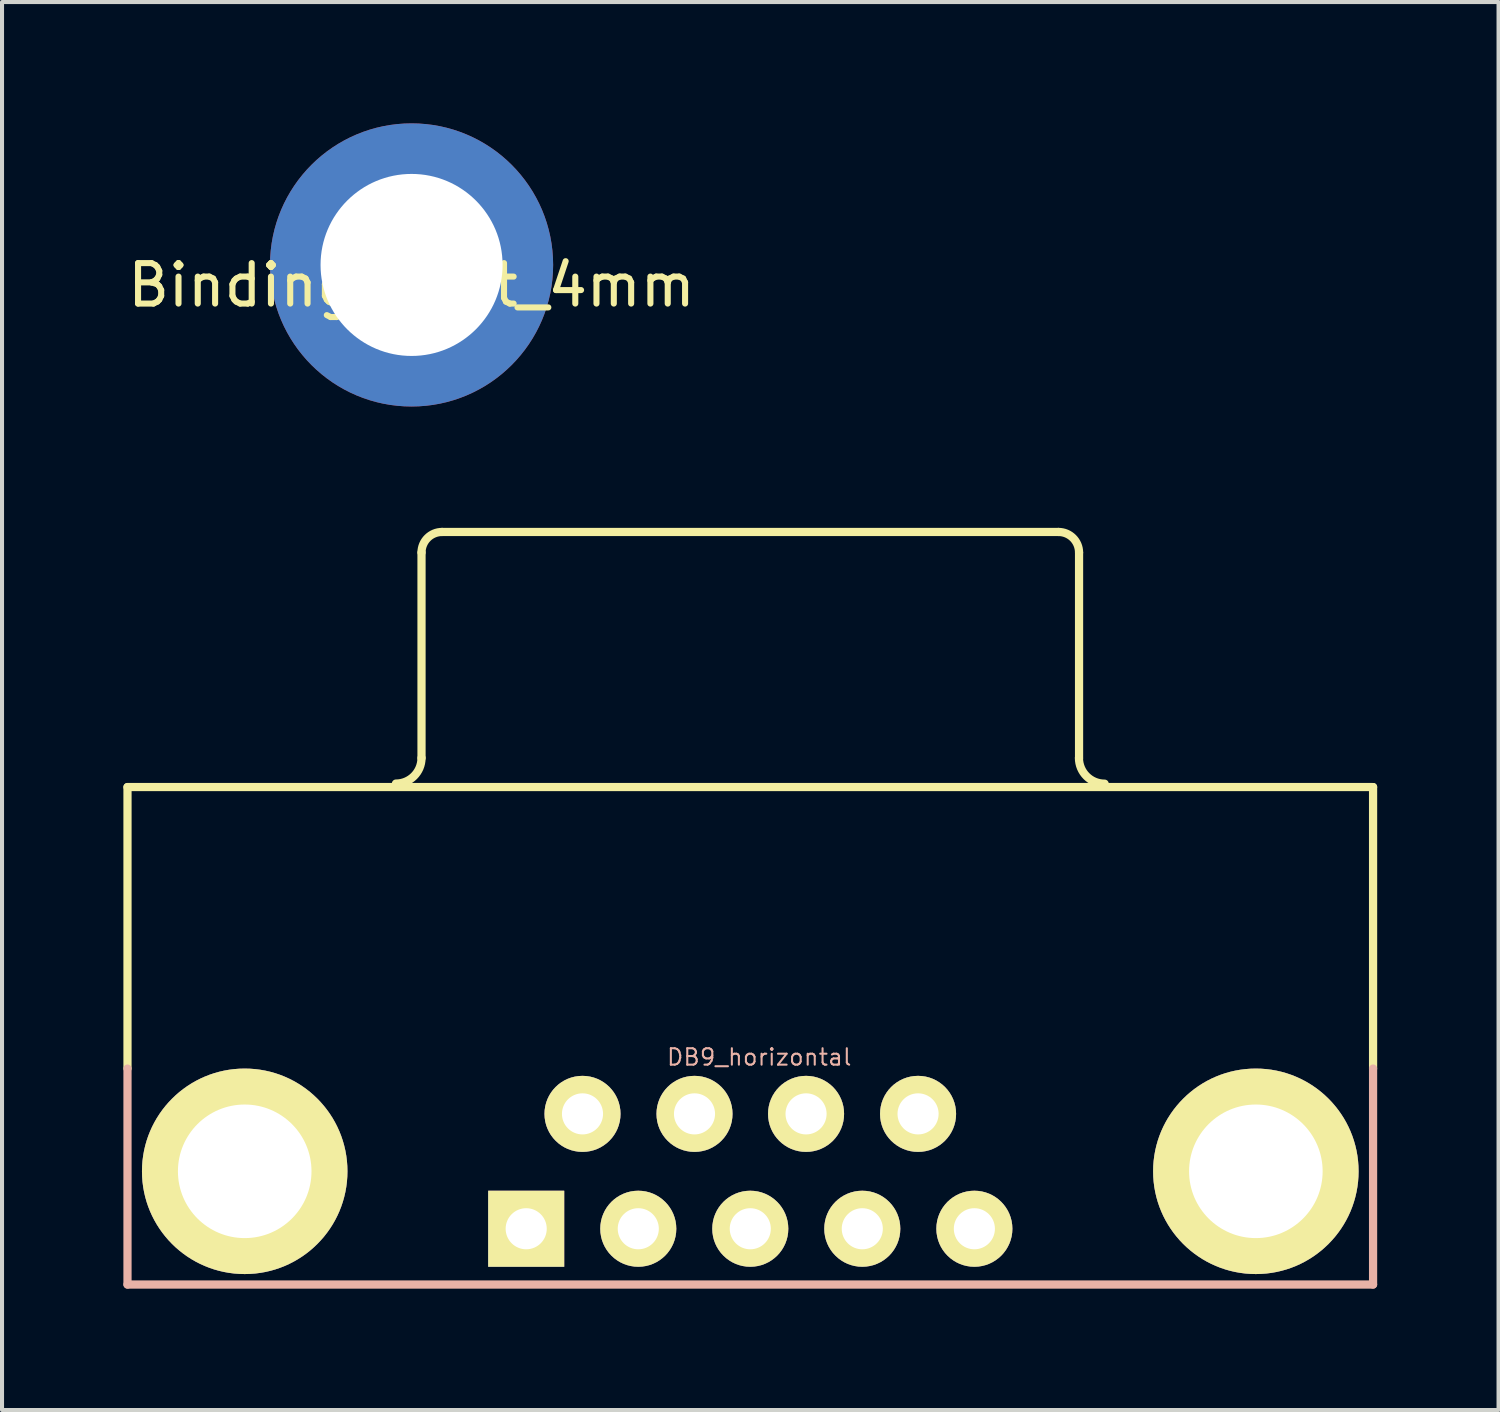
<source format=kicad_pcb>
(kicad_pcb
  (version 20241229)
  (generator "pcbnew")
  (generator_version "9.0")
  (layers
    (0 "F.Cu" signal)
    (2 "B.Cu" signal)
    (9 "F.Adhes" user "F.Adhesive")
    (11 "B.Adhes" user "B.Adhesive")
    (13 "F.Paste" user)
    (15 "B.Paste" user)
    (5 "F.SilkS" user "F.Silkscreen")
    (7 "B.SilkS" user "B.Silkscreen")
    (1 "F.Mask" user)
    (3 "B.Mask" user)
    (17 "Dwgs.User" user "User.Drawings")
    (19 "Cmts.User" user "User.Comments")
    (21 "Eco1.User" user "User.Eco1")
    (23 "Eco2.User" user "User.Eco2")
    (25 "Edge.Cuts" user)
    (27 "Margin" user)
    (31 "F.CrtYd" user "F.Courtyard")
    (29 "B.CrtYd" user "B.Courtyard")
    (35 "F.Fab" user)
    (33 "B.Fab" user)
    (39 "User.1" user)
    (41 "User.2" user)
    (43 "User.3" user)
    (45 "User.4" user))
  (footprint "DB9_horizontal"
    (layer "F.Cu")
    (at 15.499 25.908)
    (property "Reference" "DB9_horizontal" (at 0.221 -2.822 0) (layer "B.SilkS") (effects (font (size 0.406 0.406) (thickness 0.051))))
    (attr exclude_from_pos_files exclude_from_bom)
    (fp_line (start -15.397 -9.5) (end 15.397 -9.5) (stroke (width 0.203) (type solid)) (layer "F.SilkS"))
    (fp_line (start -15.397 -2.543) (end -15.397 -9.5) (stroke (width 0.203) (type solid)) (layer "F.SilkS"))
    (fp_line (start -8.128 -10.218) (end -8.128 -15.298) (stroke (width 0.203) (type solid)) (layer "F.SilkS"))
    (fp_line (start -7.62 -15.806) (end 7.62 -15.806) (stroke (width 0.203) (type solid)) (layer "F.SilkS"))
    (fp_line (start 8.128 -10.218) (end 8.128 -15.298) (stroke (width 0.203) (type solid)) (layer "F.SilkS"))
    (fp_line (start 15.397 -2.54) (end 15.397 -9.5) (stroke (width 0.203) (type solid)) (layer "F.SilkS"))
    (fp_arc (start -8.128 -15.29842) (mid -7.97921 -15.65763) (end -7.62 -15.80642) (stroke (width 0.2032) (type solid)) (layer "F.SilkS"))
    (fp_arc (start -8.128 -10.21842) (mid -8.313243 -9.771203) (end -8.76046 -9.58596) (stroke (width 0.2032) (type solid)) (layer "F.SilkS"))
    (fp_arc (start 7.62 -15.80642) (mid 7.97921 -15.65763) (end 8.128 -15.29842) (stroke (width 0.2032) (type solid)) (layer "F.SilkS"))
    (fp_arc (start 8.76046 -9.58342) (mid 8.311447 -9.769407) (end 8.12546 -10.21842) (stroke (width 0.2032) (type solid)) (layer "F.SilkS"))
    (fp_line (start -15.397 2.799) (end -15.397 -2.54) (stroke (width 0.203) (type solid)) (layer "B.SilkS"))
    (fp_line (start -15.397 2.799) (end 15.397 2.799) (stroke (width 0.203) (type solid)) (layer "B.SilkS"))
    (fp_line (start 15.397 2.799) (end 15.397 -2.54) (stroke (width 0.203) (type solid)) (layer "B.SilkS"))
    (pad "1" thru_hole rect (at -5.54 1.42) (size 1.88 1.88) (drill 1.016) (layers "*.Cu" "F.Mask" "F.SilkS" "F.Paste"))
    (pad "2" thru_hole circle (at -2.769 1.42) (size 1.88 1.88) (drill 1.016) (layers "*.Cu" "F.Mask" "F.SilkS" "F.Paste"))
    (pad "3" thru_hole circle (at 0 1.42) (size 1.88 1.88) (drill 1.016) (layers "*.Cu" "F.Mask" "F.SilkS" "F.Paste"))
    (pad "4" thru_hole circle (at 2.769 1.42) (size 1.88 1.88) (drill 1.016) (layers "*.Cu" "F.Mask" "F.SilkS" "F.Paste"))
    (pad "5" thru_hole circle (at 5.54 1.42) (size 1.88 1.88) (drill 1.016) (layers "*.Cu" "F.Mask" "F.SilkS" "F.Paste"))
    (pad "6" thru_hole circle (at -4.148 -1.42) (size 1.88 1.88) (drill 1.016) (layers "*.Cu" "F.Mask" "F.SilkS" "F.Paste"))
    (pad "7" thru_hole circle (at -1.379 -1.42) (size 1.88 1.88) (drill 1.016) (layers "*.Cu" "F.Mask" "F.SilkS" "F.Paste"))
    (pad "8" thru_hole circle (at 1.379 -1.42) (size 1.88 1.88) (drill 1.016) (layers "*.Cu" "F.Mask" "F.SilkS" "F.Paste"))
    (pad "9" thru_hole circle (at 4.148 -1.42) (size 1.88 1.88) (drill 1.016) (layers "*.Cu" "F.Mask" "F.SilkS" "F.Paste"))
    (pad "G1" thru_hole circle (at -12.499 0) (size 5.08 5.08) (drill 3.302) (layers "*.Cu" "F.Mask" "F.SilkS" "F.Paste"))
    (pad "G2" thru_hole circle (at 12.499 0) (size 5.08 5.08) (drill 3.302) (layers "*.Cu" "F.Mask" "F.SilkS" "F.Paste")))
  (footprint "Binding_Post_4mm"
    (layer "F.Cu")
    (at 7.125 3.5)
    (property "Reference" "Binding_Post_4mm" (at 0 0.5 0) (layer "F.SilkS") (effects (font (size 1 1) (thickness 0.15))))
    (attr through_hole)
    (pad "1" thru_hole circle (at 0 0) (size 7 7) (drill 4.5) (layers "*.Cu" "*.Mask")))
  (gr_rect
    (start -3 -3)
    (end 33.998 31.809)
    (stroke (width 0.1) (type default))
    (fill no)
    (layer "Edge.Cuts")))
</source>
